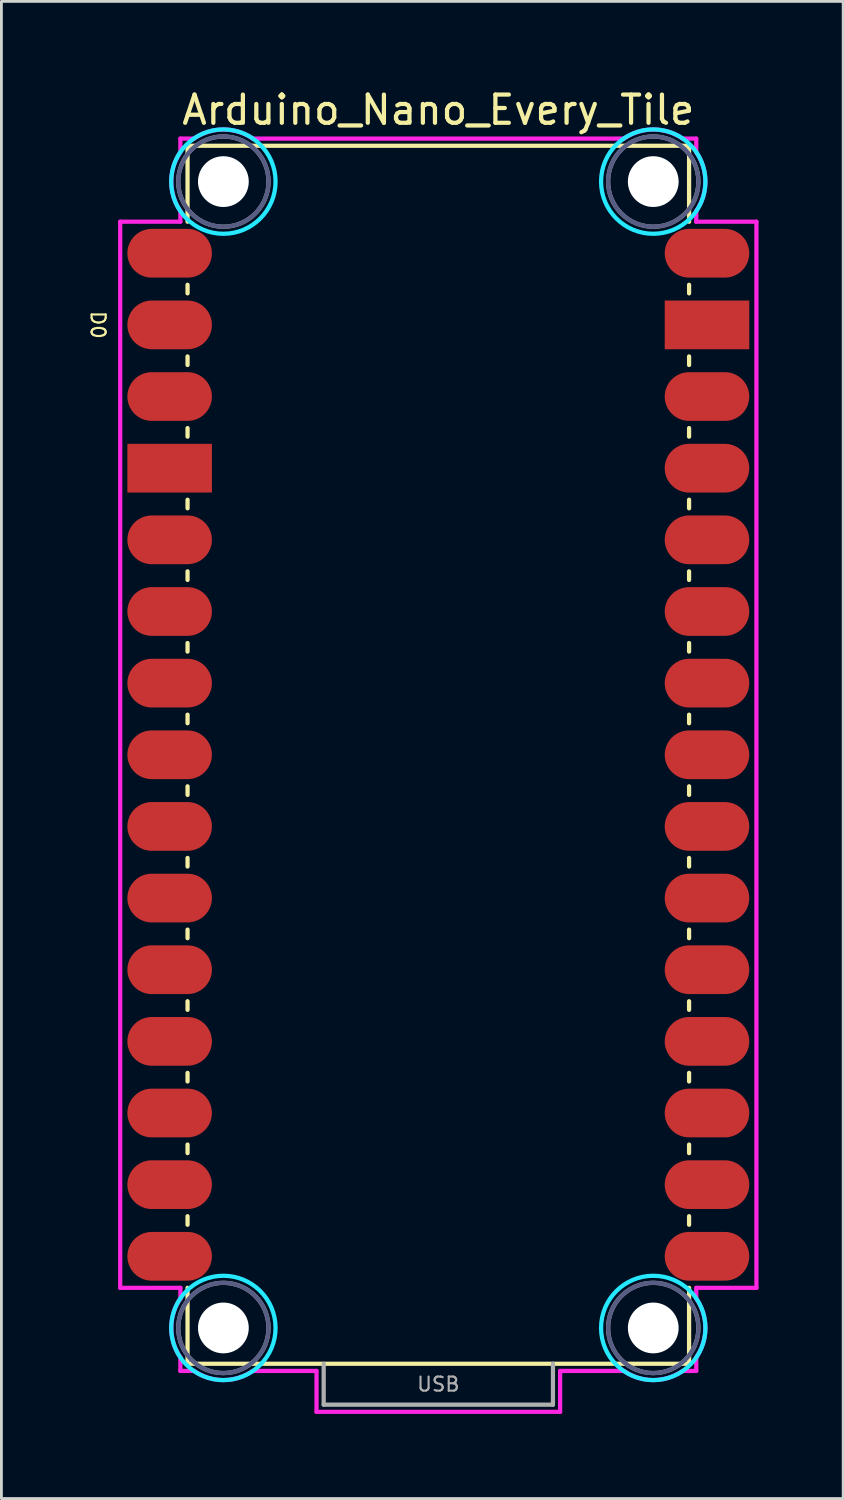
<source format=kicad_pcb>
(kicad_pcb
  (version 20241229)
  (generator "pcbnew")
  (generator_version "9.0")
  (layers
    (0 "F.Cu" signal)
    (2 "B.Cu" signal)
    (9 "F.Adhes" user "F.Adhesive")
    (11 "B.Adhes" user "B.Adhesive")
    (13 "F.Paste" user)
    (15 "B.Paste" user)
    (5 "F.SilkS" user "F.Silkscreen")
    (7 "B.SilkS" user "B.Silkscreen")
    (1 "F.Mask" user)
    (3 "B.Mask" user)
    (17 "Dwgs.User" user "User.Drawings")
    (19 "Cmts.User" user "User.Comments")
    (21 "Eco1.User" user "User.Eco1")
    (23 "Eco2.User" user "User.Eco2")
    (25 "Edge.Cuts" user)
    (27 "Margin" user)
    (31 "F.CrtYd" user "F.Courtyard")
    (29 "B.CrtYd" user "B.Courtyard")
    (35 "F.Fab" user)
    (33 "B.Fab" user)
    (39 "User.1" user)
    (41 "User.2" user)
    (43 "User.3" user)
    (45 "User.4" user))
  (footprint "Arduino_Nano_Every_Tile"
    (layer "F.Cu")
    (at 12.489 45.298)
    (property "Reference" "Arduino_Nano_Every_Tile" (at 0 -44.45 0) (layer "F.SilkS") (effects (font (size 1 1) (thickness 0.15))))
    (attr through_hole)
    (fp_line (start -8.89 -43.18) (end -8.89 -40.488) (stroke (width 0.15) (type solid)) (layer "F.SilkS"))
    (fp_line (start -8.89 -43.18) (end 8.89 -43.18) (stroke (width 0.15) (type solid)) (layer "F.SilkS"))
    (fp_line (start -8.89 -38.252) (end -8.89 -37.948) (stroke (width 0.15) (type solid)) (layer "F.SilkS"))
    (fp_line (start -8.89 -35.712) (end -8.89 -35.408) (stroke (width 0.15) (type solid)) (layer "F.SilkS"))
    (fp_line (start -8.89 -33.172) (end -8.89 -32.868) (stroke (width 0.15) (type solid)) (layer "F.SilkS"))
    (fp_line (start -8.89 -30.632) (end -8.89 -30.328) (stroke (width 0.15) (type solid)) (layer "F.SilkS"))
    (fp_line (start -8.89 -28.092) (end -8.89 -27.788) (stroke (width 0.15) (type solid)) (layer "F.SilkS"))
    (fp_line (start -8.89 -25.552) (end -8.89 -25.248) (stroke (width 0.15) (type solid)) (layer "F.SilkS"))
    (fp_line (start -8.89 -23.012) (end -8.89 -22.708) (stroke (width 0.15) (type solid)) (layer "F.SilkS"))
    (fp_line (start -8.89 -20.472) (end -8.89 -20.168) (stroke (width 0.15) (type solid)) (layer "F.SilkS"))
    (fp_line (start -8.89 -17.932) (end -8.89 -17.628) (stroke (width 0.15) (type solid)) (layer "F.SilkS"))
    (fp_line (start -8.89 -15.392) (end -8.89 -15.088) (stroke (width 0.15) (type solid)) (layer "F.SilkS"))
    (fp_line (start -8.89 -12.852) (end -8.89 -12.548) (stroke (width 0.15) (type solid)) (layer "F.SilkS"))
    (fp_line (start -8.89 -10.312) (end -8.89 -10.008) (stroke (width 0.15) (type solid)) (layer "F.SilkS"))
    (fp_line (start -8.89 -7.772) (end -8.89 -7.468) (stroke (width 0.15) (type solid)) (layer "F.SilkS"))
    (fp_line (start -8.89 -5.232) (end -8.89 -4.928) (stroke (width 0.15) (type solid)) (layer "F.SilkS"))
    (fp_line (start -8.89 -2.692) (end -8.89 0) (stroke (width 0.15) (type solid)) (layer "F.SilkS"))
    (fp_line (start -8.89 0) (end 8.89 0) (stroke (width 0.15) (type solid)) (layer "F.SilkS"))
    (fp_line (start 8.89 -43.18) (end 8.89 -40.488) (stroke (width 0.15) (type solid)) (layer "F.SilkS"))
    (fp_line (start 8.89 -38.252) (end 8.89 -37.948) (stroke (width 0.15) (type solid)) (layer "F.SilkS"))
    (fp_line (start 8.89 -35.712) (end 8.89 -35.408) (stroke (width 0.15) (type solid)) (layer "F.SilkS"))
    (fp_line (start 8.89 -33.172) (end 8.89 -32.868) (stroke (width 0.15) (type solid)) (layer "F.SilkS"))
    (fp_line (start 8.89 -30.632) (end 8.89 -30.328) (stroke (width 0.15) (type solid)) (layer "F.SilkS"))
    (fp_line (start 8.89 -28.092) (end 8.89 -27.788) (stroke (width 0.15) (type solid)) (layer "F.SilkS"))
    (fp_line (start 8.89 -25.552) (end 8.89 -25.248) (stroke (width 0.15) (type solid)) (layer "F.SilkS"))
    (fp_line (start 8.89 -23.012) (end 8.89 -22.708) (stroke (width 0.15) (type solid)) (layer "F.SilkS"))
    (fp_line (start 8.89 -20.472) (end 8.89 -20.168) (stroke (width 0.15) (type solid)) (layer "F.SilkS"))
    (fp_line (start 8.89 -17.932) (end 8.89 -17.628) (stroke (width 0.15) (type solid)) (layer "F.SilkS"))
    (fp_line (start 8.89 -15.392) (end 8.89 -15.088) (stroke (width 0.15) (type solid)) (layer "F.SilkS"))
    (fp_line (start 8.89 -12.852) (end 8.89 -12.548) (stroke (width 0.15) (type solid)) (layer "F.SilkS"))
    (fp_line (start 8.89 -10.312) (end 8.89 -10.008) (stroke (width 0.15) (type solid)) (layer "F.SilkS"))
    (fp_line (start 8.89 -7.772) (end 8.89 -7.468) (stroke (width 0.15) (type solid)) (layer "F.SilkS"))
    (fp_line (start 8.89 -5.232) (end 8.89 -4.928) (stroke (width 0.15) (type solid)) (layer "F.SilkS"))
    (fp_line (start 8.89 -2.692) (end 8.89 0) (stroke (width 0.15) (type solid)) (layer "F.SilkS"))
    (fp_circle (center -7.62 -41.91) (end -5.77 -41.91) (stroke (width 0.15) (type solid)) (fill no) (layer "B.CrtYd"))
    (fp_circle (center -7.62 -1.27) (end -5.77 -1.27) (stroke (width 0.15) (type solid)) (fill no) (layer "B.CrtYd"))
    (fp_circle (center 7.62 -41.91) (end 9.47 -41.91) (stroke (width 0.15) (type solid)) (fill no) (layer "B.CrtYd"))
    (fp_circle (center 7.62 -1.27) (end 9.47 -1.27) (stroke (width 0.15) (type solid)) (fill no) (layer "B.CrtYd"))
    (fp_line (start -11.278 -2.692) (end -11.278 -40.488) (stroke (width 0.15) (type solid)) (layer "F.CrtYd"))
    (fp_line (start -9.144 -43.434) (end -8.661 -43.434) (stroke (width 0.15) (type solid)) (layer "F.CrtYd"))
    (fp_line (start -9.144 -42.951) (end -9.144 -43.434) (stroke (width 0.15) (type solid)) (layer "F.CrtYd"))
    (fp_line (start -9.144 -40.869) (end -9.144 -40.488) (stroke (width 0.15) (type solid)) (layer "F.CrtYd"))
    (fp_line (start -9.144 -40.488) (end -11.278 -40.488) (stroke (width 0.15) (type solid)) (layer "F.CrtYd"))
    (fp_line (start -9.144 -2.692) (end -11.278 -2.692) (stroke (width 0.15) (type solid)) (layer "F.CrtYd"))
    (fp_line (start -9.144 -2.311) (end -9.144 -2.692) (stroke (width 0.15) (type solid)) (layer "F.CrtYd"))
    (fp_line (start -9.144 0.254) (end -9.144 -0.229) (stroke (width 0.15) (type solid)) (layer "F.CrtYd"))
    (fp_line (start -8.661 0.254) (end -9.144 0.254) (stroke (width 0.15) (type solid)) (layer "F.CrtYd"))
    (fp_line (start -6.579 -43.434) (end 6.579 -43.434) (stroke (width 0.15) (type solid)) (layer "F.CrtYd"))
    (fp_line (start -4.318 0.254) (end -6.579 0.254) (stroke (width 0.15) (type solid)) (layer "F.CrtYd"))
    (fp_line (start -4.318 1.704) (end -4.318 0.254) (stroke (width 0.15) (type solid)) (layer "F.CrtYd"))
    (fp_line (start 4.318 0.254) (end 4.318 1.704) (stroke (width 0.15) (type solid)) (layer "F.CrtYd"))
    (fp_line (start 4.318 1.704) (end -4.318 1.704) (stroke (width 0.15) (type solid)) (layer "F.CrtYd"))
    (fp_line (start 6.579 0.254) (end 4.318 0.254) (stroke (width 0.15) (type solid)) (layer "F.CrtYd"))
    (fp_line (start 8.661 -43.434) (end 9.144 -43.434) (stroke (width 0.15) (type solid)) (layer "F.CrtYd"))
    (fp_line (start 9.144 -43.434) (end 9.144 -42.951) (stroke (width 0.15) (type solid)) (layer "F.CrtYd"))
    (fp_line (start 9.144 -40.869) (end 9.144 -40.488) (stroke (width 0.15) (type solid)) (layer "F.CrtYd"))
    (fp_line (start 9.144 -2.692) (end 9.144 -2.311) (stroke (width 0.15) (type solid)) (layer "F.CrtYd"))
    (fp_line (start 9.144 -0.229) (end 9.144 0.254) (stroke (width 0.15) (type solid)) (layer "F.CrtYd"))
    (fp_line (start 9.144 0.254) (end 8.661 0.254) (stroke (width 0.15) (type solid)) (layer "F.CrtYd"))
    (fp_line (start 11.278 -40.488) (end 9.144 -40.488) (stroke (width 0.15) (type solid)) (layer "F.CrtYd"))
    (fp_line (start 11.278 -40.488) (end 11.278 -2.692) (stroke (width 0.15) (type solid)) (layer "F.CrtYd"))
    (fp_line (start 11.278 -2.692) (end 9.144 -2.692) (stroke (width 0.15) (type solid)) (layer "F.CrtYd"))
    (fp_arc (start -9.144 -40.8686) (mid -9.467363 -41.91) (end -9.144 -42.9514) (stroke (width 0.15) (type solid)) (layer "F.CrtYd"))
    (fp_arc (start -9.144 -0.2286) (mid -9.467363 -1.27) (end -9.144 -2.3114) (stroke (width 0.15) (type solid)) (layer "F.CrtYd"))
    (fp_arc (start -8.6614 -43.434) (mid -7.62 -43.757363) (end -6.5786 -43.434) (stroke (width 0.15) (type solid)) (layer "F.CrtYd"))
    (fp_arc (start -6.5786 0.254) (mid -7.62 0.577363) (end -8.6614 0.254) (stroke (width 0.15) (type solid)) (layer "F.CrtYd"))
    (fp_arc (start 6.5786 -43.434) (mid 7.62 -43.757363) (end 8.6614 -43.434) (stroke (width 0.15) (type solid)) (layer "F.CrtYd"))
    (fp_arc (start 8.6614 0.254) (mid 7.62 0.577363) (end 6.5786 0.254) (stroke (width 0.15) (type solid)) (layer "F.CrtYd"))
    (fp_arc (start 9.144 -42.9514) (mid 9.467363 -41.91) (end 9.144 -40.8686) (stroke (width 0.15) (type solid)) (layer "F.CrtYd"))
    (fp_arc (start 9.144 -2.3114) (mid 9.467363 -1.27) (end 9.144 -0.2286) (stroke (width 0.15) (type solid)) (layer "F.CrtYd"))
    (fp_circle (center -7.62 -41.91) (end -6.02 -41.91) (stroke (width 0.15) (type solid)) (fill no) (layer "B.Fab"))
    (fp_circle (center -7.62 -1.27) (end -6.02 -1.27) (stroke (width 0.15) (type solid)) (fill no) (layer "B.Fab"))
    (fp_circle (center 7.62 -41.91) (end 9.22 -41.91) (stroke (width 0.15) (type solid)) (fill no) (layer "B.Fab"))
    (fp_circle (center 7.62 -1.27) (end 9.22 -1.27) (stroke (width 0.15) (type solid)) (fill no) (layer "B.Fab"))
    (fp_line (start -4.064 0) (end -4.064 1.45) (stroke (width 0.15) (type solid)) (layer "F.Fab"))
    (fp_line (start -4.064 1.45) (end 4.064 1.45) (stroke (width 0.15) (type solid)) (layer "F.Fab"))
    (fp_line (start 4.064 1.45) (end 4.064 0) (stroke (width 0.15) (type solid)) (layer "F.Fab"))
    (fp_circle (center -7.62 -41.91) (end -6.02 -41.91) (stroke (width 0.15) (type solid)) (fill no) (layer "F.Fab"))
    (fp_circle (center -7.62 -1.27) (end -6.02 -1.27) (stroke (width 0.15) (type solid)) (fill no) (layer "F.Fab"))
    (fp_circle (center 7.62 -41.91) (end 9.22 -41.91) (stroke (width 0.15) (type solid)) (fill no) (layer "F.Fab"))
    (fp_circle (center 7.62 -1.27) (end 9.22 -1.27) (stroke (width 0.15) (type solid)) (fill no) (layer "F.Fab"))
    (fp_text user "D0" (at -12.065 -36.83 270) (unlocked yes) (layer "F.SilkS") (effects (font (size 0.5 0.5) (thickness 0.075))))
    (fp_text user "USB" (at 0 0.725 0) (layer "F.Fab") (effects (font (size 0.5 0.5) (thickness 0.075))))
    (pad "" np_thru_hole circle (at -7.62 -41.91) (size 1.8 1.8) (drill 1.8) (layers "*.Cu" "*.Mask"))
    (pad "" np_thru_hole circle (at -7.62 -1.27) (size 1.8 1.8) (drill 1.8) (layers "*.Cu" "*.Mask"))
    (pad "" np_thru_hole circle (at 7.62 -41.91) (size 1.8 1.8) (drill 1.8) (layers "*.Cu" "*.Mask"))
    (pad "" np_thru_hole circle (at 7.62 -1.27) (size 1.8 1.8) (drill 1.8) (layers "*.Cu" "*.Mask"))
    (pad "3V3" smd oval (at 9.525 -6.35) (size 2.997 1.727) (layers "F.Cu" "F.Mask" "F.Paste"))
    (pad "5V" smd oval (at 9.525 -31.75) (size 2.997 1.727) (layers "F.Cu" "F.Mask" "F.Paste"))
    (pad "A0" smd oval (at 9.525 -11.43) (size 2.997 1.727) (layers "F.Cu" "F.Mask" "F.Paste"))
    (pad "A1" smd oval (at 9.525 -13.97) (size 2.997 1.727) (layers "F.Cu" "F.Mask" "F.Paste"))
    (pad "A2" smd oval (at 9.525 -16.51) (size 2.997 1.727) (layers "F.Cu" "F.Mask" "F.Paste"))
    (pad "A3" smd oval (at 9.525 -19.05) (size 2.997 1.727) (layers "F.Cu" "F.Mask" "F.Paste"))
    (pad "A4" smd oval (at 9.525 -21.59) (size 2.997 1.727) (layers "F.Cu" "F.Mask" "F.Paste"))
    (pad "A5" smd oval (at 9.525 -24.13) (size 2.997 1.727) (layers "F.Cu" "F.Mask" "F.Paste"))
    (pad "A6" smd oval (at 9.525 -26.67) (size 2.997 1.727) (layers "F.Cu" "F.Mask" "F.Paste"))
    (pad "A7" smd oval (at 9.525 -29.21) (size 2.997 1.727) (layers "F.Cu" "F.Mask" "F.Paste"))
    (pad "AREF" smd oval (at 9.525 -8.89) (size 2.997 1.727) (layers "F.Cu" "F.Mask" "F.Paste"))
    (pad "D0" smd oval (at -9.525 -36.83) (size 2.997 1.727) (layers "F.Cu" "F.Mask" "F.Paste"))
    (pad "D1" smd oval (at -9.525 -39.37) (size 2.997 1.727) (layers "F.Cu" "F.Mask" "F.Paste"))
    (pad "D2" smd oval (at -9.525 -29.21) (size 2.997 1.727) (layers "F.Cu" "F.Mask" "F.Paste"))
    (pad "D3" smd oval (at -9.525 -26.67) (size 2.997 1.727) (layers "F.Cu" "F.Mask" "F.Paste"))
    (pad "D4" smd oval (at -9.525 -24.13) (size 2.997 1.727) (layers "F.Cu" "F.Mask" "F.Paste"))
    (pad "D5" smd oval (at -9.525 -21.59) (size 2.997 1.727) (layers "F.Cu" "F.Mask" "F.Paste"))
    (pad "D6" smd oval (at -9.525 -19.05) (size 2.997 1.727) (layers "F.Cu" "F.Mask" "F.Paste"))
    (pad "D7" smd oval (at -9.525 -16.51) (size 2.997 1.727) (layers "F.Cu" "F.Mask" "F.Paste"))
    (pad "D8" smd oval (at -9.525 -13.97) (size 2.997 1.727) (layers "F.Cu" "F.Mask" "F.Paste"))
    (pad "D9" smd oval (at -9.525 -11.43) (size 2.997 1.727) (layers "F.Cu" "F.Mask" "F.Paste"))
    (pad "D10" smd oval (at -9.525 -8.89) (size 2.997 1.727) (layers "F.Cu" "F.Mask" "F.Paste"))
    (pad "D11" smd oval (at -9.525 -6.35) (size 2.997 1.727) (layers "F.Cu" "F.Mask" "F.Paste"))
    (pad "D12" smd oval (at -9.525 -3.81) (size 2.997 1.727) (layers "F.Cu" "F.Mask" "F.Paste"))
    (pad "D13" smd oval (at 9.525 -3.81) (size 2.997 1.727) (layers "F.Cu" "F.Mask" "F.Paste"))
    (pad "GND1" smd rect (at -9.525 -31.75) (size 2.997 1.727) (layers "F.Cu" "F.Mask" "F.Paste"))
    (pad "GND2" smd rect (at 9.525 -36.83) (size 2.997 1.727) (layers "F.Cu" "F.Mask" "F.Paste"))
    (pad "RST1" smd oval (at -9.525 -34.29) (size 2.997 1.727) (layers "F.Cu" "F.Mask" "F.Paste"))
    (pad "RST2" smd oval (at 9.525 -34.29) (size 2.997 1.727) (layers "F.Cu" "F.Mask" "F.Paste"))
    (pad "VIN" smd oval (at 9.525 -39.37) (size 2.997 1.727) (layers "F.Cu" "F.Mask" "F.Paste")))
  (gr_rect
    (start -3 -3)
    (end 26.842 50.077)
    (stroke (width 0.1) (type default))
    (fill no)
    (layer "Edge.Cuts")))
</source>
